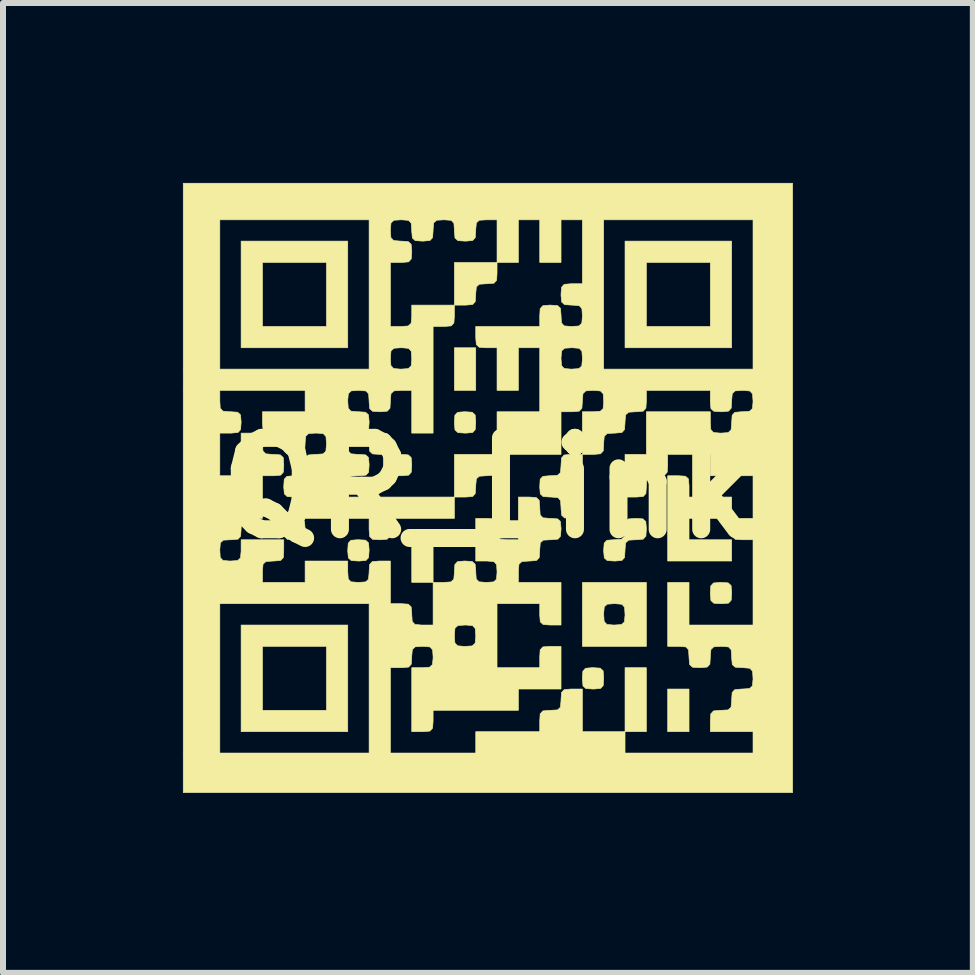
<source format=kicad_pcb>
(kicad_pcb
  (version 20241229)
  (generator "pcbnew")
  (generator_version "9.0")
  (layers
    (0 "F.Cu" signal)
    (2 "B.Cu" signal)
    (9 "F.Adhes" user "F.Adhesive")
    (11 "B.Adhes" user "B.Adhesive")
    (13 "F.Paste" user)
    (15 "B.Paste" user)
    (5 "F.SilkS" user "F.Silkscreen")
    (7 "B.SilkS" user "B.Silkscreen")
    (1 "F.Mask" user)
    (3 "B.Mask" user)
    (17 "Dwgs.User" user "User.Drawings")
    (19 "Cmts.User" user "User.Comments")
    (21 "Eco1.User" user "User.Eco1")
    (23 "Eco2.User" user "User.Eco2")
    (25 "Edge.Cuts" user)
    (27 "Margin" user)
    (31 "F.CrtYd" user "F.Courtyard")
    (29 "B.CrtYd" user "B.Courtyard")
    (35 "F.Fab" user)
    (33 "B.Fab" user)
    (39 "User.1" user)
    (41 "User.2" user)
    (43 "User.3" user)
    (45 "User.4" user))
  (footprint "QR_Link"
    (layer "F.Cu")
    (at 5.085 5.085)
    (property "Reference" "QR_Link" (at 0 0 0) (layer "F.SilkS") (effects (font (size 1.524 1.524) (thickness 0.3))))
    (attr through_hole)
    (fp_poly (pts (xy -0.914 1.575) (xy -1.27 1.575) (xy -1.27 0.864) (xy -0.914 0.864) (xy -0.914 1.575)) (stroke (width 0.01) (type solid)) (fill yes) (layer "F.SilkS"))
    (fp_poly (pts (xy -0.203 -1.626) (xy -0.559 -1.626) (xy -0.559 -2.337) (xy -0.203 -2.337) (xy -0.203 -1.626)) (stroke (width 0.01) (type solid)) (fill yes) (layer "F.SilkS"))
    (fp_poly (pts (xy 2.642 4.064) (xy 2.286 4.064) (xy 2.286 2.997) (xy 2.642 2.997) (xy 2.642 4.064)) (stroke (width 0.01) (type solid)) (fill yes) (layer "F.SilkS"))
    (fp_poly (pts (xy 3.353 4.064) (xy 2.997 4.064) (xy 2.997 3.353) (xy 3.353 3.353) (xy 3.353 4.064)) (stroke (width 0.01) (type solid)) (fill yes) (layer "F.SilkS"))
    (fp_poly (pts (xy -2.337 -2.337) (xy -4.115 -2.337) (xy -4.115 -3.759) (xy -3.759 -3.759) (xy -3.759 -2.692) (xy -2.692 -2.692) (xy -2.692 -3.759) (xy -3.759 -3.759) (xy -4.115 -3.759) (xy -4.115 -4.115) (xy -2.337 -4.115) (xy -2.337 -2.337)) (stroke (width 0.01) (type solid)) (fill yes) (layer "F.SilkS"))
    (fp_poly (pts (xy -2.337 4.064) (xy -4.115 4.064) (xy -4.115 2.642) (xy -3.759 2.642) (xy -3.759 3.708) (xy -2.692 3.708) (xy -2.692 2.642) (xy -3.759 2.642) (xy -4.115 2.642) (xy -4.115 2.286) (xy -2.337 2.286) (xy -2.337 4.064)) (stroke (width 0.01) (type solid)) (fill yes) (layer "F.SilkS"))
    (fp_poly (pts (xy 4.064 -2.337) (xy 2.286 -2.337) (xy 2.286 -3.759) (xy 2.642 -3.759) (xy 2.642 -2.692) (xy 3.708 -2.692) (xy 3.708 -3.759) (xy 2.642 -3.759) (xy 2.286 -3.759) (xy 2.286 -4.115) (xy 4.064 -4.115) (xy 4.064 -2.337)) (stroke (width 0.01) (type solid)) (fill yes) (layer "F.SilkS"))
    (fp_poly (pts (xy 3.294 -0.195) (xy 3.343 -0.151) (xy 3.353 -0.039) (xy 3.353 -0.025) (xy 3.353 0.152) (xy 4.064 0.152) (xy 4.064 0.508) (xy 3.353 0.508) (xy 3.353 0.864) (xy 4.064 0.864) (xy 4.064 1.219) (xy 2.997 1.219) (xy 2.997 -0.203) (xy 3.175 -0.203) (xy 3.294 -0.195)) (stroke (width 0.01) (type solid)) (fill yes) (layer "F.SilkS"))
    (fp_poly (pts (xy -3.107 0.516) (xy -3.058 0.56) (xy -3.048 0.672) (xy -3.048 0.686) (xy -3.056 0.805) (xy -3.1 0.854) (xy -3.212 0.864) (xy -3.226 0.864) (xy -3.345 0.856) (xy -3.394 0.811) (xy -3.404 0.699) (xy -3.404 0.686) (xy -3.396 0.567) (xy -3.351 0.518) (xy -3.239 0.508) (xy -3.226 0.508) (xy -3.107 0.516)) (stroke (width 0.01) (type solid)) (fill yes) (layer "F.SilkS"))
    (fp_poly (pts (xy -2.04 0.871) (xy -1.991 0.916) (xy -1.981 1.028) (xy -1.981 1.041) (xy -1.989 1.161) (xy -2.033 1.209) (xy -2.145 1.219) (xy -2.159 1.219) (xy -2.278 1.211) (xy -2.327 1.167) (xy -2.337 1.055) (xy -2.337 1.041) (xy -2.329 0.922) (xy -2.285 0.873) (xy -2.173 0.864) (xy -2.159 0.864) (xy -2.04 0.871)) (stroke (width 0.01) (type solid)) (fill yes) (layer "F.SilkS"))
    (fp_poly (pts (xy -0.262 -1.262) (xy -0.213 -1.218) (xy -0.203 -1.106) (xy -0.203 -1.092) (xy -0.211 -0.973) (xy -0.255 -0.924) (xy -0.367 -0.914) (xy -0.381 -0.914) (xy -0.5 -0.922) (xy -0.549 -0.967) (xy -0.559 -1.079) (xy -0.559 -1.092) (xy -0.551 -1.211) (xy -0.507 -1.26) (xy -0.395 -1.27) (xy -0.381 -1.27) (xy -0.262 -1.262)) (stroke (width 0.01) (type solid)) (fill yes) (layer "F.SilkS"))
    (fp_poly (pts (xy 0.152 -3.581) (xy 0.145 -3.462) (xy 0.1 -3.413) (xy -0.012 -3.404) (xy -0.025 -3.404) (xy -0.145 -3.396) (xy -0.193 -3.351) (xy -0.203 -3.239) (xy -0.203 -3.226) (xy -0.211 -3.107) (xy -0.255 -3.058) (xy -0.367 -3.048) (xy -0.381 -3.048) (xy -0.559 -3.048) (xy -0.559 -3.759) (xy 0.152 -3.759) (xy 0.152 -3.581)) (stroke (width 0.01) (type solid)) (fill yes) (layer "F.SilkS"))
    (fp_poly (pts (xy 0.152 -0.381) (xy 0.145 -0.262) (xy 0.1 -0.213) (xy -0.012 -0.203) (xy -0.025 -0.203) (xy -0.145 -0.195) (xy -0.193 -0.151) (xy -0.203 -0.039) (xy -0.203 -0.025) (xy -0.211 0.094) (xy -0.255 0.143) (xy -0.367 0.152) (xy -0.381 0.152) (xy -0.559 0.152) (xy -0.559 -0.559) (xy 0.152 -0.559) (xy 0.152 -0.381)) (stroke (width 0.01) (type solid)) (fill yes) (layer "F.SilkS"))
    (fp_poly (pts (xy 1.872 3.005) (xy 1.921 3.049) (xy 1.93 3.161) (xy 1.93 3.175) (xy 1.923 3.294) (xy 1.878 3.343) (xy 1.766 3.353) (xy 1.753 3.353) (xy 1.633 3.345) (xy 1.585 3.301) (xy 1.575 3.189) (xy 1.575 3.175) (xy 1.583 3.056) (xy 1.627 3.007) (xy 1.739 2.997) (xy 1.753 2.997) (xy 1.872 3.005)) (stroke (width 0.01) (type solid)) (fill yes) (layer "F.SilkS"))
    (fp_poly (pts (xy 4.005 1.583) (xy 4.054 1.627) (xy 4.064 1.739) (xy 4.064 1.753) (xy 4.056 1.872) (xy 4.012 1.921) (xy 3.9 1.93) (xy 3.886 1.93) (xy 3.767 1.923) (xy 3.718 1.878) (xy 3.708 1.766) (xy 3.708 1.753) (xy 3.716 1.633) (xy 3.761 1.585) (xy 3.873 1.575) (xy 3.886 1.575) (xy 4.005 1.583)) (stroke (width 0.01) (type solid)) (fill yes) (layer "F.SilkS"))
    (fp_poly (pts (xy 2.642 2.642) (xy 1.575 2.642) (xy 1.575 2.108) (xy 1.93 2.108) (xy 1.938 2.227) (xy 1.983 2.276) (xy 2.095 2.286) (xy 2.108 2.286) (xy 2.227 2.278) (xy 2.276 2.234) (xy 2.286 2.122) (xy 2.286 2.108) (xy 2.278 1.989) (xy 2.234 1.94) (xy 2.122 1.93) (xy 2.108 1.93) (xy 1.989 1.938) (xy 1.94 1.983) (xy 1.93 2.095) (xy 1.93 2.108) (xy 1.575 2.108) (xy 1.575 1.575) (xy 2.642 1.575) (xy 2.642 2.642)) (stroke (width 0.01) (type solid)) (fill yes) (layer "F.SilkS"))
    (fp_poly (pts (xy 1.575 0.508) (xy 1.397 0.508) (xy 1.278 0.5) (xy 1.229 0.456) (xy 1.219 0.344) (xy 1.219 0.33) (xy 1.211 0.211) (xy 1.167 0.162) (xy 1.055 0.152) (xy 1.041 0.152) (xy 0.922 0.145) (xy 0.873 0.1) (xy 0.864 -0.012) (xy 0.864 -0.025) (xy 0.871 -0.145) (xy 0.916 -0.193) (xy 1.028 -0.203) (xy 1.041 -0.203) (xy 1.161 -0.211) (xy 1.209 -0.255) (xy 1.219 -0.367) (xy 1.219 -0.381) (xy 1.227 -0.5) (xy 1.271 -0.549) (xy 1.383 -0.559) (xy 1.397 -0.559) (xy 1.575 -0.559) (xy 1.575 0.508)) (stroke (width 0.01) (type solid)) (fill yes) (layer "F.SilkS"))
    (fp_poly (pts (xy -1.684 -0.907) (xy -1.635 -0.862) (xy -1.626 -0.75) (xy -1.626 -0.737) (xy -1.618 -0.617) (xy -1.573 -0.569) (xy -1.461 -0.559) (xy -1.448 -0.559) (xy -1.329 -0.551) (xy -1.28 -0.507) (xy -1.27 -0.395) (xy -1.27 -0.381) (xy -1.278 -0.262) (xy -1.322 -0.213) (xy -1.434 -0.203) (xy -1.448 -0.203) (xy -1.567 -0.211) (xy -1.616 -0.255) (xy -1.626 -0.367) (xy -1.626 -0.381) (xy -1.633 -0.5) (xy -1.678 -0.549) (xy -1.79 -0.559) (xy -1.803 -0.559) (xy -1.923 -0.567) (xy -1.971 -0.611) (xy -1.981 -0.723) (xy -1.981 -0.737) (xy -1.973 -0.856) (xy -1.929 -0.905) (xy -1.817 -0.914) (xy -1.803 -0.914) (xy -1.684 -0.907)) (stroke (width 0.01) (type solid)) (fill yes) (layer "F.SilkS"))
    (fp_poly (pts (xy 2.583 0.516) (xy 2.632 0.56) (xy 2.642 0.672) (xy 2.642 0.686) (xy 2.634 0.805) (xy 2.589 0.854) (xy 2.477 0.864) (xy 2.464 0.864) (xy 2.345 0.871) (xy 2.296 0.916) (xy 2.286 1.028) (xy 2.286 1.041) (xy 2.278 1.161) (xy 2.234 1.209) (xy 2.122 1.219) (xy 2.108 1.219) (xy 1.989 1.211) (xy 1.94 1.167) (xy 1.93 1.055) (xy 1.93 1.041) (xy 1.938 0.922) (xy 1.983 0.873) (xy 2.095 0.864) (xy 2.108 0.864) (xy 2.227 0.856) (xy 2.276 0.811) (xy 2.286 0.699) (xy 2.286 0.686) (xy 2.294 0.567) (xy 2.338 0.518) (xy 2.45 0.508) (xy 2.464 0.508) (xy 2.583 0.516)) (stroke (width 0.01) (type solid)) (fill yes) (layer "F.SilkS"))
    (fp_poly (pts (xy 5.08 5.08) (xy -5.08 5.08) (xy -5.08 1.93) (xy -4.47 1.93) (xy -4.47 4.42) (xy -1.981 4.42) (xy -1.981 2.464) (xy -0.559 2.464) (xy -0.551 2.583) (xy -0.507 2.632) (xy -0.395 2.642) (xy -0.381 2.642) (xy -0.262 2.634) (xy -0.213 2.589) (xy -0.203 2.477) (xy -0.203 2.464) (xy -0.211 2.345) (xy -0.255 2.296) (xy -0.367 2.286) (xy -0.381 2.286) (xy -0.5 2.294) (xy -0.549 2.338) (xy -0.559 2.45) (xy -0.559 2.464) (xy -1.981 2.464) (xy -1.981 1.93) (xy -4.47 1.93) (xy -5.08 1.93) (xy -5.08 -1.626) (xy -4.47 -1.626) (xy -4.47 -1.448) (xy -4.463 -1.329) (xy -4.418 -1.28) (xy -4.306 -1.27) (xy -4.293 -1.27) (xy -4.173 -1.262) (xy -4.125 -1.218) (xy -4.115 -1.106) (xy -4.115 -1.092) (xy -4.123 -0.973) (xy -4.167 -0.924) (xy -4.279 -0.914) (xy -4.293 -0.914) (xy -4.47 -0.914) (xy -4.47 -0.203) (xy -4.115 -0.203) (xy -4.115 -0.914) (xy -3.937 -0.914) (xy -3.818 -0.907) (xy -3.769 -0.862) (xy -3.759 -0.75) (xy -3.759 -0.737) (xy -3.751 -0.617) (xy -3.707 -0.569) (xy -3.595 -0.559) (xy -3.581 -0.559) (xy -3.462 -0.551) (xy -3.413 -0.507) (xy -3.404 -0.395) (xy -3.404 -0.381) (xy -3.411 -0.262) (xy -3.456 -0.213) (xy -3.568 -0.203) (xy -3.581 -0.203) (xy -3.759 -0.203) (xy -3.759 0.508) (xy -3.937 0.508) (xy -4.056 0.516) (xy -4.105 0.56) (xy -4.115 0.672) (xy -4.115 0.686) (xy -4.123 0.805) (xy -4.167 0.854) (xy -4.279 0.864) (xy -4.293 0.864) (xy -4.412 0.871) (xy -4.461 0.916) (xy -4.47 1.028) (xy -4.47 1.041) (xy -4.463 1.161) (xy -4.418 1.209) (xy -4.306 1.219) (xy -4.293 1.219) (xy -4.173 1.211) (xy -4.125 1.167) (xy -4.115 1.055) (xy -4.115 1.041) (xy -4.115 0.864) (xy -3.404 0.864) (xy -3.404 1.041) (xy -3.411 1.161) (xy -3.456 1.209) (xy -3.568 1.219) (xy -3.581 1.219) (xy -3.701 1.227) (xy -3.749 1.271) (xy -3.759 1.383) (xy -3.759 1.397) (xy -3.759 1.575) (xy -3.048 1.575) (xy -3.048 1.219) (xy -2.337 1.219) (xy -2.337 1.397) (xy -2.329 1.516) (xy -2.285 1.565) (xy -2.173 1.575) (xy -2.159 1.575) (xy -2.04 1.567) (xy -1.991 1.523) (xy -1.981 1.411) (xy -1.981 1.397) (xy -1.973 1.278) (xy -1.929 1.229) (xy -1.817 1.219) (xy -1.803 1.219) (xy -1.626 1.219) (xy -1.626 1.93) (xy -1.448 1.93) (xy -1.329 1.938) (xy -1.28 1.983) (xy -1.27 2.095) (xy -1.27 2.108) (xy -1.262 2.227) (xy -1.218 2.276) (xy -1.106 2.286) (xy -1.092 2.286) (xy -0.914 2.286) (xy -0.914 1.575) (xy -0.737 1.575) (xy -0.617 1.567) (xy -0.569 1.523) (xy -0.559 1.411) (xy -0.559 1.397) (xy -0.551 1.278) (xy -0.507 1.229) (xy -0.395 1.219) (xy -0.381 1.219) (xy -0.262 1.227) (xy -0.213 1.271) (xy -0.203 1.383) (xy -0.203 1.397) (xy -0.195 1.516) (xy -0.151 1.565) (xy -0.039 1.575) (xy -0.025 1.575) (xy 0.094 1.567) (xy 0.143 1.523) (xy 0.152 1.411) (xy 0.152 1.397) (xy 0.145 1.278) (xy 0.1 1.229) (xy -0.012 1.219) (xy -0.025 1.219) (xy -0.203 1.219) (xy -0.203 0.508) (xy -0.025 0.508) (xy 0.094 0.516) (xy 0.143 0.56) (xy 0.152 0.672) (xy 0.152 0.686) (xy 0.16 0.805) (xy 0.205 0.854) (xy 0.317 0.864) (xy 0.33 0.864) (xy 0.508 0.864) (xy 0.508 0.152) (xy 0.686 0.152) (xy 0.805 0.16) (xy 0.854 0.205) (xy 0.864 0.317) (xy 0.864 0.33) (xy 0.871 0.449) (xy 0.916 0.498) (xy 1.028 0.508) (xy 1.041 0.508) (xy 1.161 0.516) (xy 1.209 0.56) (xy 1.219 0.672) (xy 1.219 0.686) (xy 1.211 0.805) (xy 1.167 0.854) (xy 1.055 0.864) (xy 1.041 0.864) (xy 0.922 0.871) (xy 0.873 0.916) (xy 0.864 1.028) (xy 0.864 1.041) (xy 0.856 1.161) (xy 0.811 1.209) (xy 0.699 1.219) (xy 0.686 1.219) (xy 0.567 1.227) (xy 0.518 1.271) (xy 0.508 1.383) (xy 0.508 1.397) (xy 0.508 1.575) (xy 1.219 1.575) (xy 1.219 2.286) (xy 1.041 2.286) (xy 0.922 2.278) (xy 0.873 2.234) (xy 0.864 2.122) (xy 0.864 2.108) (xy 0.864 1.93) (xy 0.152 1.93) (xy 0.152 2.997) (xy 0.864 2.997) (xy 0.864 2.819) (xy 0.871 2.7) (xy 0.916 2.651) (xy 1.028 2.642) (xy 1.041 2.642) (xy 1.219 2.642) (xy 1.219 3.353) (xy 0.508 3.353) (xy 0.508 3.708) (xy -0.914 3.708) (xy -0.914 3.886) (xy -0.922 4.005) (xy -0.967 4.054) (xy -1.079 4.064) (xy -1.092 4.064) (xy -1.27 4.064) (xy -1.27 2.997) (xy -1.092 2.997) (xy -0.973 2.989) (xy -0.924 2.945) (xy -0.914 2.833) (xy -0.914 2.819) (xy -0.922 2.7) (xy -0.967 2.651) (xy -1.079 2.642) (xy -1.092 2.642) (xy -1.211 2.649) (xy -1.26 2.694) (xy -1.27 2.806) (xy -1.27 2.819) (xy -1.278 2.939) (xy -1.322 2.987) (xy -1.434 2.997) (xy -1.448 2.997) (xy -1.626 2.997) (xy -1.626 4.42) (xy -0.203 4.42) (xy -0.203 4.064) (xy 0.864 4.064) (xy 0.864 3.886) (xy 0.871 3.767) (xy 0.916 3.718) (xy 1.028 3.708) (xy 1.041 3.708) (xy 1.161 3.701) (xy 1.209 3.656) (xy 1.219 3.544) (xy 1.219 3.531) (xy 1.227 3.411) (xy 1.271 3.363) (xy 1.383 3.353) (xy 1.397 3.353) (xy 1.575 3.353) (xy 1.575 4.064) (xy 2.286 4.064) (xy 2.286 4.42) (xy 4.42 4.42) (xy 4.42 4.064) (xy 3.708 4.064) (xy 3.708 3.886) (xy 3.716 3.767) (xy 3.761 3.718) (xy 3.873 3.708) (xy 3.886 3.708) (xy 4.005 3.701) (xy 4.054 3.656) (xy 4.064 3.544) (xy 4.064 3.531) (xy 4.072 3.411) (xy 4.116 3.363) (xy 4.228 3.353) (xy 4.242 3.353) (xy 4.361 3.345) (xy 4.41 3.301) (xy 4.42 3.189) (xy 4.42 3.175) (xy 4.412 3.056) (xy 4.367 3.007) (xy 4.255 2.997) (xy 4.242 2.997) (xy 4.123 2.989) (xy 4.074 2.945) (xy 4.064 2.833) (xy 4.064 2.819) (xy 4.056 2.7) (xy 4.012 2.651) (xy 3.9 2.642) (xy 3.886 2.642) (xy 3.767 2.649) (xy 3.718 2.694) (xy 3.708 2.806) (xy 3.708 2.819) (xy 3.701 2.939) (xy 3.656 2.987) (xy 3.544 2.997) (xy 3.531 2.997) (xy 3.411 2.989) (xy 3.363 2.945) (xy 3.353 2.833) (xy 3.353 2.819) (xy 3.345 2.7) (xy 3.301 2.651) (xy 3.189 2.642) (xy 3.175 2.642) (xy 2.997 2.642) (xy 2.997 1.575) (xy 3.353 1.575) (xy 3.353 2.286) (xy 4.42 2.286) (xy 4.42 0.864) (xy 4.242 0.864) (xy 4.123 0.856) (xy 4.074 0.811) (xy 4.064 0.699) (xy 4.064 0.686) (xy 4.072 0.567) (xy 4.116 0.518) (xy 4.228 0.508) (xy 4.242 0.508) (xy 4.42 0.508) (xy 4.42 -0.203) (xy 3.708 -0.203) (xy 3.708 -0.559) (xy 2.997 -0.559) (xy 2.997 -0.381) (xy 2.989 -0.262) (xy 2.945 -0.213) (xy 2.833 -0.203) (xy 2.819 -0.203) (xy 2.7 -0.195) (xy 2.651 -0.151) (xy 2.642 -0.039) (xy 2.642 -0.025) (xy 2.634 0.094) (xy 2.589 0.143) (xy 2.477 0.152) (xy 2.464 0.152) (xy 2.286 0.152) (xy 2.286 -0.559) (xy 2.642 -0.559) (xy 2.642 -1.27) (xy 3.708 -1.27) (xy 3.708 -1.092) (xy 3.716 -0.973) (xy 3.761 -0.924) (xy 3.873 -0.914) (xy 3.886 -0.914) (xy 4.005 -0.922) (xy 4.054 -0.967) (xy 4.064 -1.079) (xy 4.064 -1.092) (xy 4.072 -1.211) (xy 4.116 -1.26) (xy 4.228 -1.27) (xy 4.242 -1.27) (xy 4.361 -1.278) (xy 4.41 -1.322) (xy 4.42 -1.434) (xy 4.42 -1.448) (xy 4.412 -1.567) (xy 4.367 -1.616) (xy 4.255 -1.626) (xy 4.242 -1.626) (xy 4.123 -1.618) (xy 4.074 -1.573) (xy 4.064 -1.461) (xy 4.064 -1.448) (xy 4.056 -1.329) (xy 4.012 -1.28) (xy 3.9 -1.27) (xy 3.886 -1.27) (xy 3.767 -1.278) (xy 3.718 -1.322) (xy 3.708 -1.434) (xy 3.708 -1.448) (xy 3.708 -1.626) (xy 2.642 -1.626) (xy 2.642 -1.448) (xy 2.634 -1.329) (xy 2.589 -1.28) (xy 2.477 -1.27) (xy 2.464 -1.27) (xy 2.345 -1.262) (xy 2.296 -1.218) (xy 2.286 -1.106) (xy 2.286 -1.092) (xy 2.278 -0.973) (xy 2.234 -0.924) (xy 2.122 -0.914) (xy 2.108 -0.914) (xy 1.989 -0.907) (xy 1.94 -0.862) (xy 1.93 -0.75) (xy 1.93 -0.737) (xy 1.923 -0.617) (xy 1.878 -0.569) (xy 1.766 -0.559) (xy 1.753 -0.559) (xy 1.575 -0.559) (xy 1.575 -1.27) (xy 1.753 -1.27) (xy 1.872 -1.278) (xy 1.921 -1.322) (xy 1.93 -1.434) (xy 1.93 -1.448) (xy 1.923 -1.567) (xy 1.878 -1.616) (xy 1.766 -1.626) (xy 1.753 -1.626) (xy 1.633 -1.618) (xy 1.585 -1.573) (xy 1.575 -1.461) (xy 1.575 -1.448) (xy 1.567 -1.329) (xy 1.523 -1.28) (xy 1.411 -1.27) (xy 1.397 -1.27) (xy 1.219 -1.27) (xy 1.219 -0.559) (xy 0.152 -0.559) (xy 0.152 -1.27) (xy 0.864 -1.27) (xy 0.864 -2.159) (xy 1.219 -2.159) (xy 1.227 -2.04) (xy 1.271 -1.991) (xy 1.383 -1.981) (xy 1.397 -1.981) (xy 1.516 -1.989) (xy 1.565 -2.033) (xy 1.575 -2.145) (xy 1.575 -2.159) (xy 1.567 -2.278) (xy 1.523 -2.327) (xy 1.411 -2.337) (xy 1.397 -2.337) (xy 1.278 -2.329) (xy 1.229 -2.285) (xy 1.219 -2.173) (xy 1.219 -2.159) (xy 0.864 -2.159) (xy 0.864 -2.337) (xy 0.508 -2.337) (xy 0.508 -1.626) (xy 0.152 -1.626) (xy 0.152 -2.337) (xy -0.025 -2.337) (xy -0.145 -2.345) (xy -0.193 -2.389) (xy -0.203 -2.501) (xy -0.203 -2.515) (xy -0.203 -2.692) (xy 0.864 -2.692) (xy 0.864 -2.87) (xy 0.871 -2.989) (xy 0.916 -3.038) (xy 1.028 -3.048) (xy 1.041 -3.048) (xy 1.161 -3.04) (xy 1.209 -2.996) (xy 1.219 -2.884) (xy 1.219 -2.87) (xy 1.227 -2.751) (xy 1.271 -2.702) (xy 1.383 -2.692) (xy 1.397 -2.692) (xy 1.516 -2.7) (xy 1.565 -2.745) (xy 1.575 -2.857) (xy 1.575 -2.87) (xy 1.567 -2.989) (xy 1.523 -3.038) (xy 1.411 -3.048) (xy 1.397 -3.048) (xy 1.278 -3.056) (xy 1.229 -3.1) (xy 1.219 -3.212) (xy 1.219 -3.226) (xy 1.227 -3.345) (xy 1.271 -3.394) (xy 1.383 -3.404) (xy 1.397 -3.404) (xy 1.575 -3.404) (xy 1.575 -4.47) (xy 1.93 -4.47) (xy 1.93 -1.981) (xy 4.42 -1.981) (xy 4.42 -4.47) (xy 1.93 -4.47) (xy 1.575 -4.47) (xy 1.219 -4.47) (xy 1.219 -3.759) (xy 0.864 -3.759) (xy 0.864 -4.47) (xy 0.508 -4.47) (xy 0.508 -3.759) (xy 0.152 -3.759) (xy 0.152 -4.47) (xy -0.025 -4.47) (xy -0.145 -4.463) (xy -0.193 -4.418) (xy -0.203 -4.306) (xy -0.203 -4.293) (xy -0.211 -4.173) (xy -0.255 -4.125) (xy -0.367 -4.115) (xy -0.381 -4.115) (xy -0.5 -4.123) (xy -0.549 -4.167) (xy -0.559 -4.279) (xy -0.559 -4.293) (xy -0.567 -4.412) (xy -0.611 -4.461) (xy -0.723 -4.47) (xy -0.737 -4.47) (xy -0.856 -4.463) (xy -0.905 -4.418) (xy -0.914 -4.306) (xy -0.914 -4.293) (xy -0.922 -4.173) (xy -0.967 -4.125) (xy -1.079 -4.115) (xy -1.092 -4.115) (xy -1.211 -4.123) (xy -1.26 -4.167) (xy -1.27 -4.279) (xy -1.27 -4.293) (xy -1.278 -4.412) (xy -1.322 -4.461) (xy -1.434 -4.47) (xy -1.448 -4.47) (xy -1.567 -4.463) (xy -1.616 -4.418) (xy -1.626 -4.306) (xy -1.626 -4.293) (xy -1.618 -4.173) (xy -1.573 -4.125) (xy -1.461 -4.115) (xy -1.448 -4.115) (xy -1.329 -4.107) (xy -1.28 -4.063) (xy -1.27 -3.951) (xy -1.27 -3.937) (xy -1.278 -3.818) (xy -1.322 -3.769) (xy -1.434 -3.759) (xy -1.448 -3.759) (xy -1.626 -3.759) (xy -1.626 -2.692) (xy -1.448 -2.692) (xy -1.329 -2.7) (xy -1.28 -2.745) (xy -1.27 -2.857) (xy -1.27 -2.87) (xy -1.27 -3.048) (xy -0.559 -3.048) (xy -0.559 -2.87) (xy -0.567 -2.751) (xy -0.611 -2.702) (xy -0.723 -2.692) (xy -0.737 -2.692) (xy -0.914 -2.692) (xy -0.914 -0.914) (xy -1.27 -0.914) (xy -1.27 -1.626) (xy -1.448 -1.626) (xy -1.567 -1.618) (xy -1.616 -1.573) (xy -1.626 -1.461) (xy -1.626 -1.448) (xy -1.633 -1.329) (xy -1.678 -1.28) (xy -1.79 -1.27) (xy -1.803 -1.27) (xy -1.923 -1.278) (xy -1.971 -1.322) (xy -1.981 -1.434) (xy -1.981 -1.448) (xy -1.989 -1.567) (xy -2.033 -1.616) (xy -2.145 -1.626) (xy -2.159 -1.626) (xy -2.278 -1.618) (xy -2.327 -1.573) (xy -2.337 -1.461) (xy -2.337 -1.448) (xy -2.329 -1.329) (xy -2.285 -1.28) (xy -2.173 -1.27) (xy -2.159 -1.27) (xy -2.04 -1.262) (xy -1.991 -1.218) (xy -1.981 -1.106) (xy -1.981 -1.092) (xy -1.989 -0.973) (xy -2.033 -0.924) (xy -2.145 -0.914) (xy -2.159 -0.914) (xy -2.278 -0.907) (xy -2.327 -0.862) (xy -2.337 -0.75) (xy -2.337 -0.737) (xy -2.329 -0.617) (xy -2.285 -0.569) (xy -2.173 -0.559) (xy -2.159 -0.559) (xy -2.04 -0.551) (xy -1.991 -0.507) (xy -1.981 -0.395) (xy -1.981 -0.381) (xy -1.989 -0.262) (xy -2.033 -0.213) (xy -2.145 -0.203) (xy -2.159 -0.203) (xy -2.278 -0.195) (xy -2.327 -0.151) (xy -2.337 -0.039) (xy -2.337 -0.025) (xy -2.337 0.152) (xy -0.559 0.152) (xy -0.559 0.508) (xy -1.626 0.508) (xy -1.626 0.686) (xy -1.633 0.805) (xy -1.678 0.854) (xy -1.79 0.864) (xy -1.803 0.864) (xy -1.923 0.856) (xy -1.971 0.811) (xy -1.981 0.699) (xy -1.981 0.686) (xy -1.981 0.508) (xy -3.048 0.508) (xy -3.048 0.33) (xy -3.056 0.211) (xy -3.1 0.162) (xy -3.212 0.152) (xy -3.226 0.152) (xy -3.345 0.145) (xy -3.394 0.1) (xy -3.404 -0.012) (xy -3.404 -0.025) (xy -3.396 -0.145) (xy -3.351 -0.193) (xy -3.239 -0.203) (xy -3.226 -0.203) (xy -3.107 -0.211) (xy -3.058 -0.255) (xy -3.048 -0.367) (xy -3.048 -0.381) (xy -3.04 -0.5) (xy -2.996 -0.549) (xy -2.884 -0.559) (xy -2.87 -0.559) (xy -2.751 -0.567) (xy -2.702 -0.611) (xy -2.692 -0.723) (xy -2.692 -0.737) (xy -2.7 -0.856) (xy -2.745 -0.905) (xy -2.857 -0.914) (xy -2.87 -0.914) (xy -2.989 -0.907) (xy -3.038 -0.862) (xy -3.048 -0.75) (xy -3.048 -0.737) (xy -3.056 -0.617) (xy -3.1 -0.569) (xy -3.212 -0.559) (xy -3.226 -0.559) (xy -3.345 -0.567) (xy -3.394 -0.611) (xy -3.404 -0.723) (xy -3.404 -0.737) (xy -3.411 -0.856) (xy -3.456 -0.905) (xy -3.568 -0.914) (xy -3.581 -0.914) (xy -3.701 -0.922) (xy -3.749 -0.967) (xy -3.759 -1.079) (xy -3.759 -1.092) (xy -3.759 -1.27) (xy -3.048 -1.27) (xy -3.048 -1.626) (xy -4.47 -1.626) (xy -5.08 -1.626) (xy -5.08 -4.47) (xy -4.47 -4.47) (xy -4.47 -1.981) (xy -1.981 -1.981) (xy -1.981 -2.159) (xy -1.626 -2.159) (xy -1.618 -2.04) (xy -1.573 -1.991) (xy -1.461 -1.981) (xy -1.448 -1.981) (xy -1.329 -1.989) (xy -1.28 -2.033) (xy -1.27 -2.145) (xy -1.27 -2.159) (xy -1.278 -2.278) (xy -1.322 -2.327) (xy -1.434 -2.337) (xy -1.448 -2.337) (xy -1.567 -2.329) (xy -1.616 -2.285) (xy -1.626 -2.173) (xy -1.626 -2.159) (xy -1.981 -2.159) (xy -1.981 -4.47) (xy -4.47 -4.47) (xy -5.08 -4.47) (xy -5.08 -5.08) (xy 5.08 -5.08) (xy 5.08 5.08)) (stroke (width 0.01) (type solid)) (fill yes) (layer "F.SilkS")))
  (gr_rect
    (start -3 -3)
    (end 13.17 13.17)
    (stroke (width 0.1) (type default))
    (fill no)
    (layer "Edge.Cuts")))
</source>
